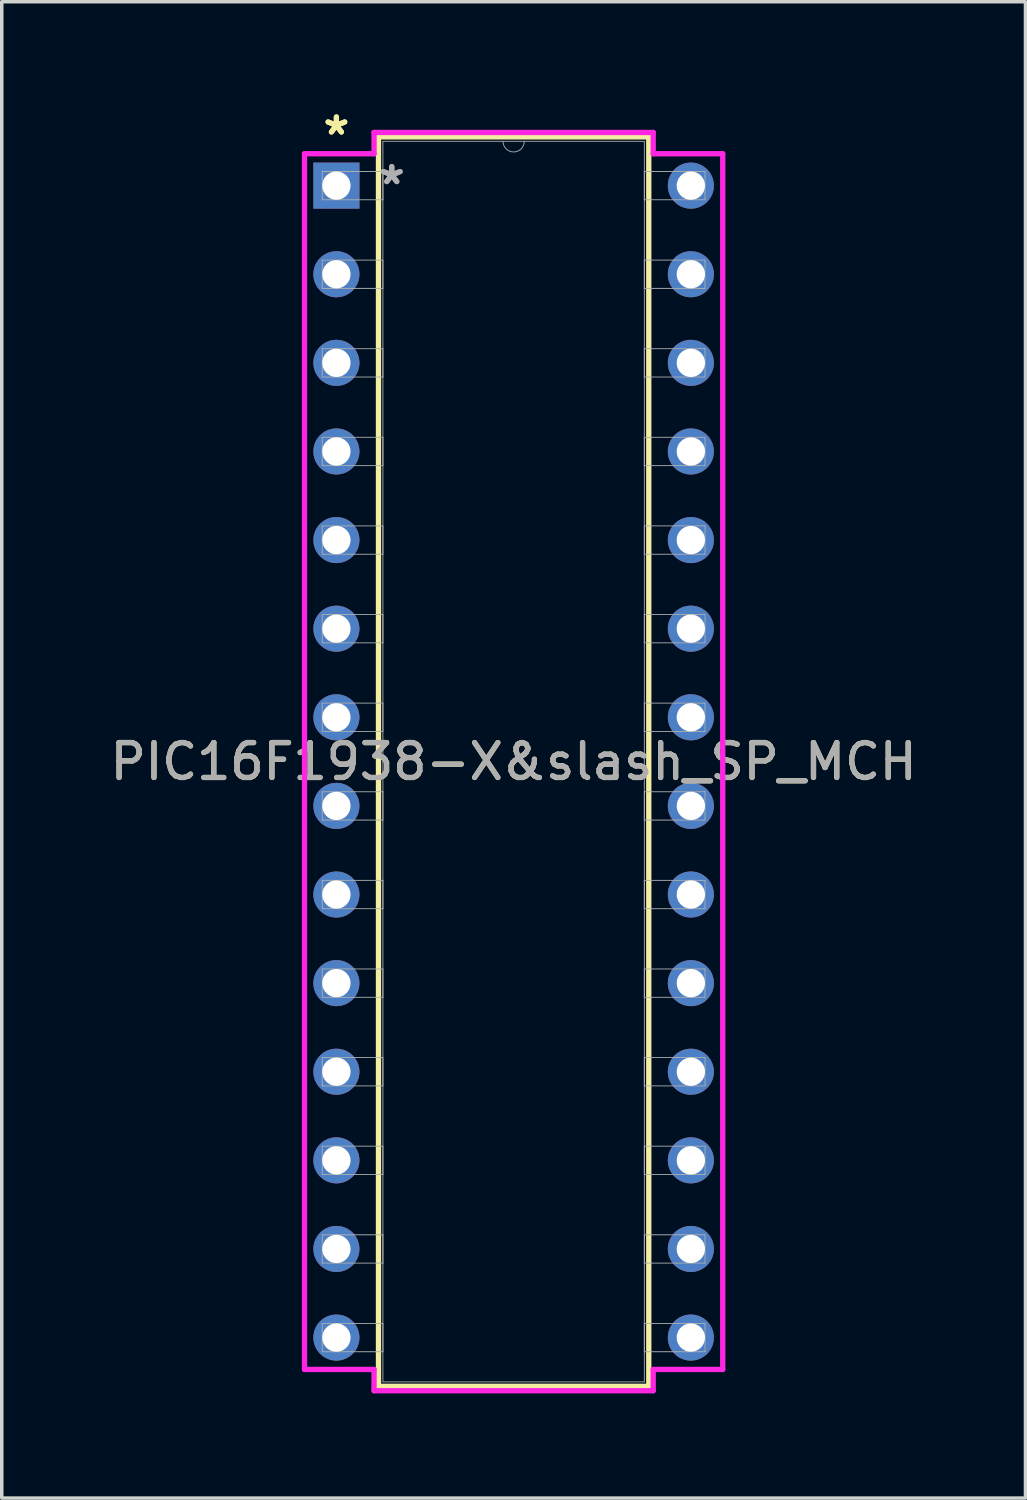
<source format=kicad_pcb>
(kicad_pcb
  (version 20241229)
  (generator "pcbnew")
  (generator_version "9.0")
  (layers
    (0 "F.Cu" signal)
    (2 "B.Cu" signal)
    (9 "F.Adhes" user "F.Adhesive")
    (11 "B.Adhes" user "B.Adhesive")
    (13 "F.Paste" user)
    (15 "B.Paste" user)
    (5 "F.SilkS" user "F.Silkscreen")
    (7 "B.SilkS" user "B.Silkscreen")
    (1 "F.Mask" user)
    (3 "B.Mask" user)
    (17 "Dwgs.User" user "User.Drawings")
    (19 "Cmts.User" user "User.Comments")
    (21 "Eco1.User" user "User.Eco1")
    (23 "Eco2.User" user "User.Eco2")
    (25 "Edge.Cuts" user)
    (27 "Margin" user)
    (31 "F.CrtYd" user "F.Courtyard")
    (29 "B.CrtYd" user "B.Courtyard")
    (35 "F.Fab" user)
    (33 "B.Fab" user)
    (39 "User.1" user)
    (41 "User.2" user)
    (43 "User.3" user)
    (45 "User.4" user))
  (footprint "PIC16F1938-X&slash_SP_MCH"
    (layer "F.Cu")
    (at 6.593 2.271)
    (property "Reference" "PIC16F1938-X&slash_SP_MCH" (at 5.08 16.51 0) (unlocked yes) (layer "F.SilkS") (effects (font (size 1 1) (thickness 0.15))))
    (attr through_hole)
    (fp_line (start 1.206 -1.397) (end 1.206 34.417) (stroke (width 0.152) (type solid)) (layer "F.SilkS"))
    (fp_line (start 1.206 34.417) (end 8.954 34.417) (stroke (width 0.152) (type solid)) (layer "F.SilkS"))
    (fp_line (start 8.954 -1.397) (end 1.206 -1.397) (stroke (width 0.152) (type solid)) (layer "F.SilkS"))
    (fp_line (start 8.954 34.417) (end 8.954 -1.397) (stroke (width 0.152) (type solid)) (layer "F.SilkS"))
    (fp_line (start -0.914 -0.914) (end 1.079 -0.914) (stroke (width 0.152) (type solid)) (layer "F.CrtYd"))
    (fp_line (start -0.914 33.934) (end -0.914 -0.914) (stroke (width 0.152) (type solid)) (layer "F.CrtYd"))
    (fp_line (start 1.079 -1.524) (end 9.081 -1.524) (stroke (width 0.152) (type solid)) (layer "F.CrtYd"))
    (fp_line (start 1.079 -0.914) (end 1.079 -1.524) (stroke (width 0.152) (type solid)) (layer "F.CrtYd"))
    (fp_line (start 1.079 33.934) (end -0.914 33.934) (stroke (width 0.152) (type solid)) (layer "F.CrtYd"))
    (fp_line (start 1.079 34.544) (end 1.079 33.934) (stroke (width 0.152) (type solid)) (layer "F.CrtYd"))
    (fp_line (start 9.081 -1.524) (end 9.081 -0.914) (stroke (width 0.152) (type solid)) (layer "F.CrtYd"))
    (fp_line (start 9.081 33.934) (end 9.081 34.544) (stroke (width 0.152) (type solid)) (layer "F.CrtYd"))
    (fp_line (start 9.081 34.544) (end 1.079 34.544) (stroke (width 0.152) (type solid)) (layer "F.CrtYd"))
    (fp_line (start 11.074 -0.914) (end 9.081 -0.914) (stroke (width 0.152) (type solid)) (layer "F.CrtYd"))
    (fp_line (start 11.074 -0.914) (end 11.074 33.934) (stroke (width 0.152) (type solid)) (layer "F.CrtYd"))
    (fp_line (start 11.074 33.934) (end 9.081 33.934) (stroke (width 0.152) (type solid)) (layer "F.CrtYd"))
    (fp_line (start -0.406 -0.406) (end -0.406 0.406) (stroke (width 0.025) (type solid)) (layer "F.Fab"))
    (fp_line (start -0.406 0.406) (end 1.333 0.406) (stroke (width 0.025) (type solid)) (layer "F.Fab"))
    (fp_line (start -0.406 2.134) (end -0.406 2.946) (stroke (width 0.025) (type solid)) (layer "F.Fab"))
    (fp_line (start -0.406 2.946) (end 1.333 2.946) (stroke (width 0.025) (type solid)) (layer "F.Fab"))
    (fp_line (start -0.406 4.674) (end -0.406 5.486) (stroke (width 0.025) (type solid)) (layer "F.Fab"))
    (fp_line (start -0.406 5.486) (end 1.333 5.486) (stroke (width 0.025) (type solid)) (layer "F.Fab"))
    (fp_line (start -0.406 7.214) (end -0.406 8.026) (stroke (width 0.025) (type solid)) (layer "F.Fab"))
    (fp_line (start -0.406 8.026) (end 1.333 8.026) (stroke (width 0.025) (type solid)) (layer "F.Fab"))
    (fp_line (start -0.406 9.754) (end -0.406 10.566) (stroke (width 0.025) (type solid)) (layer "F.Fab"))
    (fp_line (start -0.406 10.566) (end 1.333 10.566) (stroke (width 0.025) (type solid)) (layer "F.Fab"))
    (fp_line (start -0.406 12.294) (end -0.406 13.106) (stroke (width 0.025) (type solid)) (layer "F.Fab"))
    (fp_line (start -0.406 13.106) (end 1.333 13.106) (stroke (width 0.025) (type solid)) (layer "F.Fab"))
    (fp_line (start -0.406 14.834) (end -0.406 15.646) (stroke (width 0.025) (type solid)) (layer "F.Fab"))
    (fp_line (start -0.406 15.646) (end 1.333 15.646) (stroke (width 0.025) (type solid)) (layer "F.Fab"))
    (fp_line (start -0.406 17.374) (end -0.406 18.186) (stroke (width 0.025) (type solid)) (layer "F.Fab"))
    (fp_line (start -0.406 18.186) (end 1.333 18.186) (stroke (width 0.025) (type solid)) (layer "F.Fab"))
    (fp_line (start -0.406 19.914) (end -0.406 20.726) (stroke (width 0.025) (type solid)) (layer "F.Fab"))
    (fp_line (start -0.406 20.726) (end 1.333 20.726) (stroke (width 0.025) (type solid)) (layer "F.Fab"))
    (fp_line (start -0.406 22.454) (end -0.406 23.266) (stroke (width 0.025) (type solid)) (layer "F.Fab"))
    (fp_line (start -0.406 23.266) (end 1.333 23.266) (stroke (width 0.025) (type solid)) (layer "F.Fab"))
    (fp_line (start -0.406 24.994) (end -0.406 25.806) (stroke (width 0.025) (type solid)) (layer "F.Fab"))
    (fp_line (start -0.406 25.806) (end 1.333 25.806) (stroke (width 0.025) (type solid)) (layer "F.Fab"))
    (fp_line (start -0.406 27.534) (end -0.406 28.346) (stroke (width 0.025) (type solid)) (layer "F.Fab"))
    (fp_line (start -0.406 28.346) (end 1.333 28.346) (stroke (width 0.025) (type solid)) (layer "F.Fab"))
    (fp_line (start -0.406 30.074) (end -0.406 30.886) (stroke (width 0.025) (type solid)) (layer "F.Fab"))
    (fp_line (start -0.406 30.886) (end 1.333 30.886) (stroke (width 0.025) (type solid)) (layer "F.Fab"))
    (fp_line (start -0.406 32.614) (end -0.406 33.426) (stroke (width 0.025) (type solid)) (layer "F.Fab"))
    (fp_line (start -0.406 33.426) (end 1.333 33.426) (stroke (width 0.025) (type solid)) (layer "F.Fab"))
    (fp_line (start 1.333 -1.27) (end 1.333 34.29) (stroke (width 0.025) (type solid)) (layer "F.Fab"))
    (fp_line (start 1.333 -0.406) (end -0.406 -0.406) (stroke (width 0.025) (type solid)) (layer "F.Fab"))
    (fp_line (start 1.333 0.406) (end 1.333 -0.406) (stroke (width 0.025) (type solid)) (layer "F.Fab"))
    (fp_line (start 1.333 2.134) (end -0.406 2.134) (stroke (width 0.025) (type solid)) (layer "F.Fab"))
    (fp_line (start 1.333 2.946) (end 1.333 2.134) (stroke (width 0.025) (type solid)) (layer "F.Fab"))
    (fp_line (start 1.333 4.674) (end -0.406 4.674) (stroke (width 0.025) (type solid)) (layer "F.Fab"))
    (fp_line (start 1.333 5.486) (end 1.333 4.674) (stroke (width 0.025) (type solid)) (layer "F.Fab"))
    (fp_line (start 1.333 7.214) (end -0.406 7.214) (stroke (width 0.025) (type solid)) (layer "F.Fab"))
    (fp_line (start 1.333 8.026) (end 1.333 7.214) (stroke (width 0.025) (type solid)) (layer "F.Fab"))
    (fp_line (start 1.333 9.754) (end -0.406 9.754) (stroke (width 0.025) (type solid)) (layer "F.Fab"))
    (fp_line (start 1.333 10.566) (end 1.333 9.754) (stroke (width 0.025) (type solid)) (layer "F.Fab"))
    (fp_line (start 1.333 12.294) (end -0.406 12.294) (stroke (width 0.025) (type solid)) (layer "F.Fab"))
    (fp_line (start 1.333 13.106) (end 1.333 12.294) (stroke (width 0.025) (type solid)) (layer "F.Fab"))
    (fp_line (start 1.333 14.834) (end -0.406 14.834) (stroke (width 0.025) (type solid)) (layer "F.Fab"))
    (fp_line (start 1.333 15.646) (end 1.333 14.834) (stroke (width 0.025) (type solid)) (layer "F.Fab"))
    (fp_line (start 1.333 17.374) (end -0.406 17.374) (stroke (width 0.025) (type solid)) (layer "F.Fab"))
    (fp_line (start 1.333 18.186) (end 1.333 17.374) (stroke (width 0.025) (type solid)) (layer "F.Fab"))
    (fp_line (start 1.333 19.914) (end -0.406 19.914) (stroke (width 0.025) (type solid)) (layer "F.Fab"))
    (fp_line (start 1.333 20.726) (end 1.333 19.914) (stroke (width 0.025) (type solid)) (layer "F.Fab"))
    (fp_line (start 1.333 22.454) (end -0.406 22.454) (stroke (width 0.025) (type solid)) (layer "F.Fab"))
    (fp_line (start 1.333 23.266) (end 1.333 22.454) (stroke (width 0.025) (type solid)) (layer "F.Fab"))
    (fp_line (start 1.333 24.994) (end -0.406 24.994) (stroke (width 0.025) (type solid)) (layer "F.Fab"))
    (fp_line (start 1.333 25.806) (end 1.333 24.994) (stroke (width 0.025) (type solid)) (layer "F.Fab"))
    (fp_line (start 1.333 27.534) (end -0.406 27.534) (stroke (width 0.025) (type solid)) (layer "F.Fab"))
    (fp_line (start 1.333 28.346) (end 1.333 27.534) (stroke (width 0.025) (type solid)) (layer "F.Fab"))
    (fp_line (start 1.333 30.074) (end -0.406 30.074) (stroke (width 0.025) (type solid)) (layer "F.Fab"))
    (fp_line (start 1.333 30.886) (end 1.333 30.074) (stroke (width 0.025) (type solid)) (layer "F.Fab"))
    (fp_line (start 1.333 32.614) (end -0.406 32.614) (stroke (width 0.025) (type solid)) (layer "F.Fab"))
    (fp_line (start 1.333 33.426) (end 1.333 32.614) (stroke (width 0.025) (type solid)) (layer "F.Fab"))
    (fp_line (start 1.333 34.29) (end 8.826 34.29) (stroke (width 0.025) (type solid)) (layer "F.Fab"))
    (fp_line (start 8.826 -1.27) (end 1.333 -1.27) (stroke (width 0.025) (type solid)) (layer "F.Fab"))
    (fp_line (start 8.826 -0.406) (end 8.826 0.406) (stroke (width 0.025) (type solid)) (layer "F.Fab"))
    (fp_line (start 8.826 0.406) (end 10.566 0.406) (stroke (width 0.025) (type solid)) (layer "F.Fab"))
    (fp_line (start 8.826 2.134) (end 8.826 2.946) (stroke (width 0.025) (type solid)) (layer "F.Fab"))
    (fp_line (start 8.826 2.946) (end 10.566 2.946) (stroke (width 0.025) (type solid)) (layer "F.Fab"))
    (fp_line (start 8.826 4.674) (end 8.826 5.486) (stroke (width 0.025) (type solid)) (layer "F.Fab"))
    (fp_line (start 8.826 5.486) (end 10.566 5.486) (stroke (width 0.025) (type solid)) (layer "F.Fab"))
    (fp_line (start 8.826 7.214) (end 8.826 8.026) (stroke (width 0.025) (type solid)) (layer "F.Fab"))
    (fp_line (start 8.826 8.026) (end 10.566 8.026) (stroke (width 0.025) (type solid)) (layer "F.Fab"))
    (fp_line (start 8.826 9.754) (end 8.826 10.566) (stroke (width 0.025) (type solid)) (layer "F.Fab"))
    (fp_line (start 8.826 10.566) (end 10.566 10.566) (stroke (width 0.025) (type solid)) (layer "F.Fab"))
    (fp_line (start 8.826 12.294) (end 8.826 13.106) (stroke (width 0.025) (type solid)) (layer "F.Fab"))
    (fp_line (start 8.826 13.106) (end 10.566 13.106) (stroke (width 0.025) (type solid)) (layer "F.Fab"))
    (fp_line (start 8.826 14.834) (end 8.826 15.646) (stroke (width 0.025) (type solid)) (layer "F.Fab"))
    (fp_line (start 8.826 15.646) (end 10.566 15.646) (stroke (width 0.025) (type solid)) (layer "F.Fab"))
    (fp_line (start 8.826 17.374) (end 8.826 18.186) (stroke (width 0.025) (type solid)) (layer "F.Fab"))
    (fp_line (start 8.826 18.186) (end 10.566 18.186) (stroke (width 0.025) (type solid)) (layer "F.Fab"))
    (fp_line (start 8.826 19.914) (end 8.826 20.726) (stroke (width 0.025) (type solid)) (layer "F.Fab"))
    (fp_line (start 8.826 20.726) (end 10.566 20.726) (stroke (width 0.025) (type solid)) (layer "F.Fab"))
    (fp_line (start 8.826 22.454) (end 8.826 23.266) (stroke (width 0.025) (type solid)) (layer "F.Fab"))
    (fp_line (start 8.826 23.266) (end 10.566 23.266) (stroke (width 0.025) (type solid)) (layer "F.Fab"))
    (fp_line (start 8.826 24.994) (end 8.826 25.806) (stroke (width 0.025) (type solid)) (layer "F.Fab"))
    (fp_line (start 8.826 25.806) (end 10.566 25.806) (stroke (width 0.025) (type solid)) (layer "F.Fab"))
    (fp_line (start 8.826 27.534) (end 8.826 28.346) (stroke (width 0.025) (type solid)) (layer "F.Fab"))
    (fp_line (start 8.826 28.346) (end 10.566 28.346) (stroke (width 0.025) (type solid)) (layer "F.Fab"))
    (fp_line (start 8.826 30.074) (end 8.826 30.886) (stroke (width 0.025) (type solid)) (layer "F.Fab"))
    (fp_line (start 8.826 30.886) (end 10.566 30.886) (stroke (width 0.025) (type solid)) (layer "F.Fab"))
    (fp_line (start 8.826 32.614) (end 8.826 33.426) (stroke (width 0.025) (type solid)) (layer "F.Fab"))
    (fp_line (start 8.826 33.426) (end 10.566 33.426) (stroke (width 0.025) (type solid)) (layer "F.Fab"))
    (fp_line (start 8.826 34.29) (end 8.826 -1.27) (stroke (width 0.025) (type solid)) (layer "F.Fab"))
    (fp_line (start 10.566 -0.406) (end 8.826 -0.406) (stroke (width 0.025) (type solid)) (layer "F.Fab"))
    (fp_line (start 10.566 0.406) (end 10.566 -0.406) (stroke (width 0.025) (type solid)) (layer "F.Fab"))
    (fp_line (start 10.566 2.134) (end 8.826 2.134) (stroke (width 0.025) (type solid)) (layer "F.Fab"))
    (fp_line (start 10.566 2.946) (end 10.566 2.134) (stroke (width 0.025) (type solid)) (layer "F.Fab"))
    (fp_line (start 10.566 4.674) (end 8.826 4.674) (stroke (width 0.025) (type solid)) (layer "F.Fab"))
    (fp_line (start 10.566 5.486) (end 10.566 4.674) (stroke (width 0.025) (type solid)) (layer "F.Fab"))
    (fp_line (start 10.566 7.214) (end 8.826 7.214) (stroke (width 0.025) (type solid)) (layer "F.Fab"))
    (fp_line (start 10.566 8.026) (end 10.566 7.214) (stroke (width 0.025) (type solid)) (layer "F.Fab"))
    (fp_line (start 10.566 9.754) (end 8.826 9.754) (stroke (width 0.025) (type solid)) (layer "F.Fab"))
    (fp_line (start 10.566 10.566) (end 10.566 9.754) (stroke (width 0.025) (type solid)) (layer "F.Fab"))
    (fp_line (start 10.566 12.294) (end 8.826 12.294) (stroke (width 0.025) (type solid)) (layer "F.Fab"))
    (fp_line (start 10.566 13.106) (end 10.566 12.294) (stroke (width 0.025) (type solid)) (layer "F.Fab"))
    (fp_line (start 10.566 14.834) (end 8.826 14.834) (stroke (width 0.025) (type solid)) (layer "F.Fab"))
    (fp_line (start 10.566 15.646) (end 10.566 14.834) (stroke (width 0.025) (type solid)) (layer "F.Fab"))
    (fp_line (start 10.566 17.374) (end 8.826 17.374) (stroke (width 0.025) (type solid)) (layer "F.Fab"))
    (fp_line (start 10.566 18.186) (end 10.566 17.374) (stroke (width 0.025) (type solid)) (layer "F.Fab"))
    (fp_line (start 10.566 19.914) (end 8.826 19.914) (stroke (width 0.025) (type solid)) (layer "F.Fab"))
    (fp_line (start 10.566 20.726) (end 10.566 19.914) (stroke (width 0.025) (type solid)) (layer "F.Fab"))
    (fp_line (start 10.566 22.454) (end 8.826 22.454) (stroke (width 0.025) (type solid)) (layer "F.Fab"))
    (fp_line (start 10.566 23.266) (end 10.566 22.454) (stroke (width 0.025) (type solid)) (layer "F.Fab"))
    (fp_line (start 10.566 24.994) (end 8.826 24.994) (stroke (width 0.025) (type solid)) (layer "F.Fab"))
    (fp_line (start 10.566 25.806) (end 10.566 24.994) (stroke (width 0.025) (type solid)) (layer "F.Fab"))
    (fp_line (start 10.566 27.534) (end 8.826 27.534) (stroke (width 0.025) (type solid)) (layer "F.Fab"))
    (fp_line (start 10.566 28.346) (end 10.566 27.534) (stroke (width 0.025) (type solid)) (layer "F.Fab"))
    (fp_line (start 10.566 30.074) (end 8.826 30.074) (stroke (width 0.025) (type solid)) (layer "F.Fab"))
    (fp_line (start 10.566 30.886) (end 10.566 30.074) (stroke (width 0.025) (type solid)) (layer "F.Fab"))
    (fp_line (start 10.566 32.614) (end 8.826 32.614) (stroke (width 0.025) (type solid)) (layer "F.Fab"))
    (fp_line (start 10.566 33.426) (end 10.566 32.614) (stroke (width 0.025) (type solid)) (layer "F.Fab"))
    (fp_arc (start 5.3848 -1.27) (mid 5.08 -0.9652) (end 4.7752 -1.27) (stroke (width 0.0254) (type solid)) (layer "F.Fab"))
    (fp_text user "*" (at 0 -1.422 0) (unlocked yes) (layer "F.SilkS") (effects (font (size 1 1) (thickness 0.15))))
    (fp_text user "*" (at 0 -1.422 0) (layer "F.SilkS") (effects (font (size 1 1) (thickness 0.15))))
    (fp_text user "${REFERENCE}" (at 5.08 16.51 0) (unlocked yes) (layer "F.Fab") (effects (font (size 1 1) (thickness 0.15))))
    (fp_text user "*" (at 1.587 0 0) (layer "F.Fab") (effects (font (size 1 1) (thickness 0.15))))
    (fp_text user "*" (at 1.587 0 0) (unlocked yes) (layer "F.Fab") (effects (font (size 1 1) (thickness 0.15))))
    (pad "1" thru_hole rect (at 0 0) (size 1.321 1.321) (drill 0.813) (layers "*.Cu" "*.Mask"))
    (pad "2" thru_hole circle (at 0 2.54) (size 1.321 1.321) (drill 0.813) (layers "*.Cu" "*.Mask"))
    (pad "3" thru_hole circle (at 0 5.08) (size 1.321 1.321) (drill 0.813) (layers "*.Cu" "*.Mask"))
    (pad "4" thru_hole circle (at 0 7.62) (size 1.321 1.321) (drill 0.813) (layers "*.Cu" "*.Mask"))
    (pad "5" thru_hole circle (at 0 10.16) (size 1.321 1.321) (drill 0.813) (layers "*.Cu" "*.Mask"))
    (pad "6" thru_hole circle (at 0 12.7) (size 1.321 1.321) (drill 0.813) (layers "*.Cu" "*.Mask"))
    (pad "7" thru_hole circle (at 0 15.24) (size 1.321 1.321) (drill 0.813) (layers "*.Cu" "*.Mask"))
    (pad "8" thru_hole circle (at 0 17.78) (size 1.321 1.321) (drill 0.813) (layers "*.Cu" "*.Mask"))
    (pad "9" thru_hole circle (at 0 20.32) (size 1.321 1.321) (drill 0.813) (layers "*.Cu" "*.Mask"))
    (pad "10" thru_hole circle (at 0 22.86) (size 1.321 1.321) (drill 0.813) (layers "*.Cu" "*.Mask"))
    (pad "11" thru_hole circle (at 0 25.4) (size 1.321 1.321) (drill 0.813) (layers "*.Cu" "*.Mask"))
    (pad "12" thru_hole circle (at 0 27.94) (size 1.321 1.321) (drill 0.813) (layers "*.Cu" "*.Mask"))
    (pad "13" thru_hole circle (at 0 30.48) (size 1.321 1.321) (drill 0.813) (layers "*.Cu" "*.Mask"))
    (pad "14" thru_hole circle (at 0 33.02) (size 1.321 1.321) (drill 0.813) (layers "*.Cu" "*.Mask"))
    (pad "15" thru_hole circle (at 10.16 33.02) (size 1.321 1.321) (drill 0.813) (layers "*.Cu" "*.Mask"))
    (pad "16" thru_hole circle (at 10.16 30.48) (size 1.321 1.321) (drill 0.813) (layers "*.Cu" "*.Mask"))
    (pad "17" thru_hole circle (at 10.16 27.94) (size 1.321 1.321) (drill 0.813) (layers "*.Cu" "*.Mask"))
    (pad "18" thru_hole circle (at 10.16 25.4) (size 1.321 1.321) (drill 0.813) (layers "*.Cu" "*.Mask"))
    (pad "19" thru_hole circle (at 10.16 22.86) (size 1.321 1.321) (drill 0.813) (layers "*.Cu" "*.Mask"))
    (pad "20" thru_hole circle (at 10.16 20.32) (size 1.321 1.321) (drill 0.813) (layers "*.Cu" "*.Mask"))
    (pad "21" thru_hole circle (at 10.16 17.78) (size 1.321 1.321) (drill 0.813) (layers "*.Cu" "*.Mask"))
    (pad "22" thru_hole circle (at 10.16 15.24) (size 1.321 1.321) (drill 0.813) (layers "*.Cu" "*.Mask"))
    (pad "23" thru_hole circle (at 10.16 12.7) (size 1.321 1.321) (drill 0.813) (layers "*.Cu" "*.Mask"))
    (pad "24" thru_hole circle (at 10.16 10.16) (size 1.321 1.321) (drill 0.813) (layers "*.Cu" "*.Mask"))
    (pad "25" thru_hole circle (at 10.16 7.62) (size 1.321 1.321) (drill 0.813) (layers "*.Cu" "*.Mask"))
    (pad "26" thru_hole circle (at 10.16 5.08) (size 1.321 1.321) (drill 0.813) (layers "*.Cu" "*.Mask"))
    (pad "27" thru_hole circle (at 10.16 2.54) (size 1.321 1.321) (drill 0.813) (layers "*.Cu" "*.Mask"))
    (pad "28" thru_hole circle (at 10.16 0) (size 1.321 1.321) (drill 0.813) (layers "*.Cu" "*.Mask")))
  (gr_rect
    (start -3 -3)
    (end 26.345 39.891)
    (stroke (width 0.1) (type default))
    (fill no)
    (layer "Edge.Cuts")))
</source>
